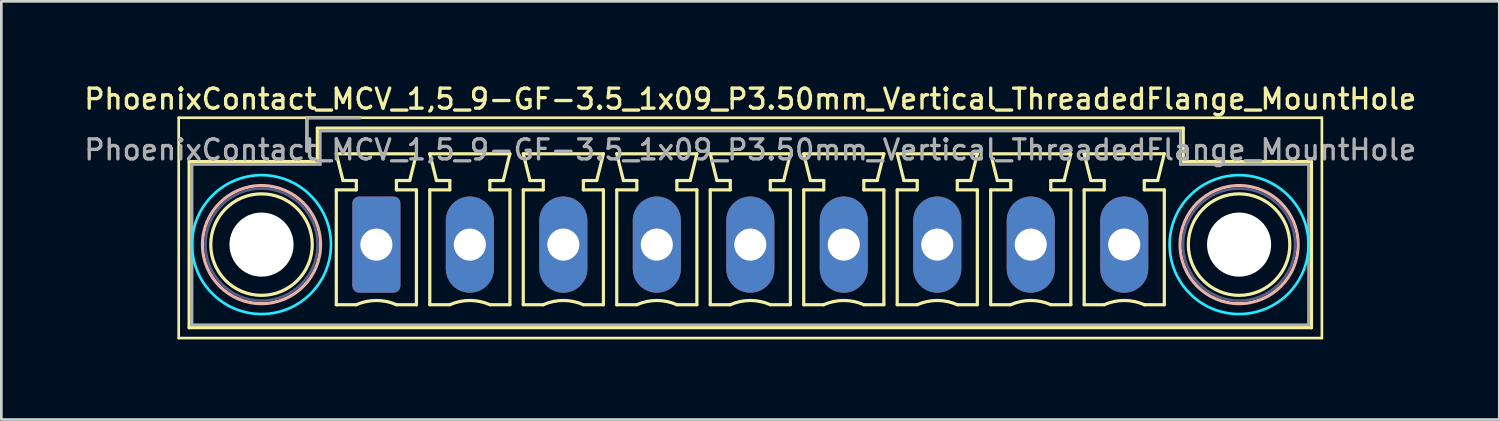
<source format=kicad_pcb>
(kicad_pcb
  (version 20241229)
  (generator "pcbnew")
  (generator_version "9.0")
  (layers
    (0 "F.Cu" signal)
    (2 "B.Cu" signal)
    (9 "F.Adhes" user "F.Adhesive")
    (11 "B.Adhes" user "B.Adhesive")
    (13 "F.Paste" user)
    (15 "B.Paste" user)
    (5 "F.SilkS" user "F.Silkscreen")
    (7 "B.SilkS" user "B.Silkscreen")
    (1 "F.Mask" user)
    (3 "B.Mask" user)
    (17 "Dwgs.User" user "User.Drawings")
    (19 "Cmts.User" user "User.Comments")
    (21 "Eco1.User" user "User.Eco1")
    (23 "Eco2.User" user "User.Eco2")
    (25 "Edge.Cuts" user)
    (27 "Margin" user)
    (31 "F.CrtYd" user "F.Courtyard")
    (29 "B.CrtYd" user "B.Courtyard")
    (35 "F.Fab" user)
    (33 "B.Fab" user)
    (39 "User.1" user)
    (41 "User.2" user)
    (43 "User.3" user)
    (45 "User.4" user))
  (footprint "PhoenixContact_MCV_1,5_9-GF-3.5_1x09_P3.50mm_Vertical_ThreadedFlange_MountHole"
    (layer "F.Cu")
    (at 11.041 6.108)
    (property "Reference" "PhoenixContact_MCV_1,5_9-GF-3.5_1x09_P3.50mm_Vertical_ThreadedFlange_MountHole" (at 14 -5.45 0) (layer "F.SilkS") (effects (font (size 0.75 0.75) (thickness 0.125))))
    (attr through_hole)
    (fp_line (start -7.4 -4.75) (end -7.4 3.5) (stroke (width 0.1) (type solid)) (layer "F.SilkS"))
    (fp_line (start -7.4 3.5) (end 35.4 3.5) (stroke (width 0.1) (type solid)) (layer "F.SilkS"))
    (fp_line (start -7.01 -3.11) (end -7.01 3.11) (stroke (width 0.12) (type solid)) (layer "F.SilkS"))
    (fp_line (start -7.01 3.11) (end 35.01 3.11) (stroke (width 0.12) (type solid)) (layer "F.SilkS"))
    (fp_line (start -2.6 -4.75) (end -0.6 -4.75) (stroke (width 0.12) (type solid)) (layer "F.SilkS"))
    (fp_line (start -2.6 -3.5) (end -2.6 -4.75) (stroke (width 0.12) (type solid)) (layer "F.SilkS"))
    (fp_line (start -2.21 -4.36) (end -2.21 -3.11) (stroke (width 0.12) (type solid)) (layer "F.SilkS"))
    (fp_line (start -2.21 -3.11) (end -7.01 -3.11) (stroke (width 0.12) (type solid)) (layer "F.SilkS"))
    (fp_line (start -1.5 -3.4) (end 1.5 -3.4) (stroke (width 0.12) (type solid)) (layer "F.SilkS"))
    (fp_line (start -1.5 -2.05) (end -0.75 -2.05) (stroke (width 0.12) (type solid)) (layer "F.SilkS"))
    (fp_line (start -1.5 2.25) (end -1.5 -2.05) (stroke (width 0.12) (type solid)) (layer "F.SilkS"))
    (fp_line (start -1.25 -2.4) (end -1.5 -3.4) (stroke (width 0.12) (type solid)) (layer "F.SilkS"))
    (fp_line (start -0.75 -2.4) (end -1.25 -2.4) (stroke (width 0.12) (type solid)) (layer "F.SilkS"))
    (fp_line (start -0.75 -2.05) (end -0.75 -2.4) (stroke (width 0.12) (type solid)) (layer "F.SilkS"))
    (fp_line (start -0.75 2.25) (end -1.5 2.25) (stroke (width 0.12) (type solid)) (layer "F.SilkS"))
    (fp_line (start 0.75 -2.4) (end 0.75 -2.05) (stroke (width 0.12) (type solid)) (layer "F.SilkS"))
    (fp_line (start 0.75 -2.05) (end 1.5 -2.05) (stroke (width 0.12) (type solid)) (layer "F.SilkS"))
    (fp_line (start 1.25 -2.4) (end 0.75 -2.4) (stroke (width 0.12) (type solid)) (layer "F.SilkS"))
    (fp_line (start 1.5 -3.4) (end 1.25 -2.4) (stroke (width 0.12) (type solid)) (layer "F.SilkS"))
    (fp_line (start 1.5 -2.05) (end 1.5 2.25) (stroke (width 0.12) (type solid)) (layer "F.SilkS"))
    (fp_line (start 1.5 2.25) (end 0.75 2.25) (stroke (width 0.12) (type solid)) (layer "F.SilkS"))
    (fp_line (start 2 -3.4) (end 5 -3.4) (stroke (width 0.12) (type solid)) (layer "F.SilkS"))
    (fp_line (start 2 -2.05) (end 2.75 -2.05) (stroke (width 0.12) (type solid)) (layer "F.SilkS"))
    (fp_line (start 2 2.25) (end 2 -2.05) (stroke (width 0.12) (type solid)) (layer "F.SilkS"))
    (fp_line (start 2.25 -2.4) (end 2 -3.4) (stroke (width 0.12) (type solid)) (layer "F.SilkS"))
    (fp_line (start 2.75 -2.4) (end 2.25 -2.4) (stroke (width 0.12) (type solid)) (layer "F.SilkS"))
    (fp_line (start 2.75 -2.05) (end 2.75 -2.4) (stroke (width 0.12) (type solid)) (layer "F.SilkS"))
    (fp_line (start 2.75 2.25) (end 2 2.25) (stroke (width 0.12) (type solid)) (layer "F.SilkS"))
    (fp_line (start 4.25 -2.4) (end 4.25 -2.05) (stroke (width 0.12) (type solid)) (layer "F.SilkS"))
    (fp_line (start 4.25 -2.05) (end 5 -2.05) (stroke (width 0.12) (type solid)) (layer "F.SilkS"))
    (fp_line (start 4.75 -2.4) (end 4.25 -2.4) (stroke (width 0.12) (type solid)) (layer "F.SilkS"))
    (fp_line (start 5 -3.4) (end 4.75 -2.4) (stroke (width 0.12) (type solid)) (layer "F.SilkS"))
    (fp_line (start 5 -2.05) (end 5 2.25) (stroke (width 0.12) (type solid)) (layer "F.SilkS"))
    (fp_line (start 5 2.25) (end 4.25 2.25) (stroke (width 0.12) (type solid)) (layer "F.SilkS"))
    (fp_line (start 5.5 -3.4) (end 8.5 -3.4) (stroke (width 0.12) (type solid)) (layer "F.SilkS"))
    (fp_line (start 5.5 -2.05) (end 6.25 -2.05) (stroke (width 0.12) (type solid)) (layer "F.SilkS"))
    (fp_line (start 5.5 2.25) (end 5.5 -2.05) (stroke (width 0.12) (type solid)) (layer "F.SilkS"))
    (fp_line (start 5.75 -2.4) (end 5.5 -3.4) (stroke (width 0.12) (type solid)) (layer "F.SilkS"))
    (fp_line (start 6.25 -2.4) (end 5.75 -2.4) (stroke (width 0.12) (type solid)) (layer "F.SilkS"))
    (fp_line (start 6.25 -2.05) (end 6.25 -2.4) (stroke (width 0.12) (type solid)) (layer "F.SilkS"))
    (fp_line (start 6.25 2.25) (end 5.5 2.25) (stroke (width 0.12) (type solid)) (layer "F.SilkS"))
    (fp_line (start 7.75 -2.4) (end 7.75 -2.05) (stroke (width 0.12) (type solid)) (layer "F.SilkS"))
    (fp_line (start 7.75 -2.05) (end 8.5 -2.05) (stroke (width 0.12) (type solid)) (layer "F.SilkS"))
    (fp_line (start 8.25 -2.4) (end 7.75 -2.4) (stroke (width 0.12) (type solid)) (layer "F.SilkS"))
    (fp_line (start 8.5 -3.4) (end 8.25 -2.4) (stroke (width 0.12) (type solid)) (layer "F.SilkS"))
    (fp_line (start 8.5 -2.05) (end 8.5 2.25) (stroke (width 0.12) (type solid)) (layer "F.SilkS"))
    (fp_line (start 8.5 2.25) (end 7.75 2.25) (stroke (width 0.12) (type solid)) (layer "F.SilkS"))
    (fp_line (start 9 -3.4) (end 12 -3.4) (stroke (width 0.12) (type solid)) (layer "F.SilkS"))
    (fp_line (start 9 -2.05) (end 9.75 -2.05) (stroke (width 0.12) (type solid)) (layer "F.SilkS"))
    (fp_line (start 9 2.25) (end 9 -2.05) (stroke (width 0.12) (type solid)) (layer "F.SilkS"))
    (fp_line (start 9.25 -2.4) (end 9 -3.4) (stroke (width 0.12) (type solid)) (layer "F.SilkS"))
    (fp_line (start 9.75 -2.4) (end 9.25 -2.4) (stroke (width 0.12) (type solid)) (layer "F.SilkS"))
    (fp_line (start 9.75 -2.05) (end 9.75 -2.4) (stroke (width 0.12) (type solid)) (layer "F.SilkS"))
    (fp_line (start 9.75 2.25) (end 9 2.25) (stroke (width 0.12) (type solid)) (layer "F.SilkS"))
    (fp_line (start 11.25 -2.4) (end 11.25 -2.05) (stroke (width 0.12) (type solid)) (layer "F.SilkS"))
    (fp_line (start 11.25 -2.05) (end 12 -2.05) (stroke (width 0.12) (type solid)) (layer "F.SilkS"))
    (fp_line (start 11.75 -2.4) (end 11.25 -2.4) (stroke (width 0.12) (type solid)) (layer "F.SilkS"))
    (fp_line (start 12 -3.4) (end 11.75 -2.4) (stroke (width 0.12) (type solid)) (layer "F.SilkS"))
    (fp_line (start 12 -2.05) (end 12 2.25) (stroke (width 0.12) (type solid)) (layer "F.SilkS"))
    (fp_line (start 12 2.25) (end 11.25 2.25) (stroke (width 0.12) (type solid)) (layer "F.SilkS"))
    (fp_line (start 12.5 -3.4) (end 15.5 -3.4) (stroke (width 0.12) (type solid)) (layer "F.SilkS"))
    (fp_line (start 12.5 -2.05) (end 13.25 -2.05) (stroke (width 0.12) (type solid)) (layer "F.SilkS"))
    (fp_line (start 12.5 2.25) (end 12.5 -2.05) (stroke (width 0.12) (type solid)) (layer "F.SilkS"))
    (fp_line (start 12.75 -2.4) (end 12.5 -3.4) (stroke (width 0.12) (type solid)) (layer "F.SilkS"))
    (fp_line (start 13.25 -2.4) (end 12.75 -2.4) (stroke (width 0.12) (type solid)) (layer "F.SilkS"))
    (fp_line (start 13.25 -2.05) (end 13.25 -2.4) (stroke (width 0.12) (type solid)) (layer "F.SilkS"))
    (fp_line (start 13.25 2.25) (end 12.5 2.25) (stroke (width 0.12) (type solid)) (layer "F.SilkS"))
    (fp_line (start 14.75 -2.4) (end 14.75 -2.05) (stroke (width 0.12) (type solid)) (layer "F.SilkS"))
    (fp_line (start 14.75 -2.05) (end 15.5 -2.05) (stroke (width 0.12) (type solid)) (layer "F.SilkS"))
    (fp_line (start 15.25 -2.4) (end 14.75 -2.4) (stroke (width 0.12) (type solid)) (layer "F.SilkS"))
    (fp_line (start 15.5 -3.4) (end 15.25 -2.4) (stroke (width 0.12) (type solid)) (layer "F.SilkS"))
    (fp_line (start 15.5 -2.05) (end 15.5 2.25) (stroke (width 0.12) (type solid)) (layer "F.SilkS"))
    (fp_line (start 15.5 2.25) (end 14.75 2.25) (stroke (width 0.12) (type solid)) (layer "F.SilkS"))
    (fp_line (start 16 -3.4) (end 19 -3.4) (stroke (width 0.12) (type solid)) (layer "F.SilkS"))
    (fp_line (start 16 -2.05) (end 16.75 -2.05) (stroke (width 0.12) (type solid)) (layer "F.SilkS"))
    (fp_line (start 16 2.25) (end 16 -2.05) (stroke (width 0.12) (type solid)) (layer "F.SilkS"))
    (fp_line (start 16.25 -2.4) (end 16 -3.4) (stroke (width 0.12) (type solid)) (layer "F.SilkS"))
    (fp_line (start 16.75 -2.4) (end 16.25 -2.4) (stroke (width 0.12) (type solid)) (layer "F.SilkS"))
    (fp_line (start 16.75 -2.05) (end 16.75 -2.4) (stroke (width 0.12) (type solid)) (layer "F.SilkS"))
    (fp_line (start 16.75 2.25) (end 16 2.25) (stroke (width 0.12) (type solid)) (layer "F.SilkS"))
    (fp_line (start 18.25 -2.4) (end 18.25 -2.05) (stroke (width 0.12) (type solid)) (layer "F.SilkS"))
    (fp_line (start 18.25 -2.05) (end 19 -2.05) (stroke (width 0.12) (type solid)) (layer "F.SilkS"))
    (fp_line (start 18.75 -2.4) (end 18.25 -2.4) (stroke (width 0.12) (type solid)) (layer "F.SilkS"))
    (fp_line (start 19 -3.4) (end 18.75 -2.4) (stroke (width 0.12) (type solid)) (layer "F.SilkS"))
    (fp_line (start 19 -2.05) (end 19 2.25) (stroke (width 0.12) (type solid)) (layer "F.SilkS"))
    (fp_line (start 19 2.25) (end 18.25 2.25) (stroke (width 0.12) (type solid)) (layer "F.SilkS"))
    (fp_line (start 19.5 -3.4) (end 22.5 -3.4) (stroke (width 0.12) (type solid)) (layer "F.SilkS"))
    (fp_line (start 19.5 -2.05) (end 20.25 -2.05) (stroke (width 0.12) (type solid)) (layer "F.SilkS"))
    (fp_line (start 19.5 2.25) (end 19.5 -2.05) (stroke (width 0.12) (type solid)) (layer "F.SilkS"))
    (fp_line (start 19.75 -2.4) (end 19.5 -3.4) (stroke (width 0.12) (type solid)) (layer "F.SilkS"))
    (fp_line (start 20.25 -2.4) (end 19.75 -2.4) (stroke (width 0.12) (type solid)) (layer "F.SilkS"))
    (fp_line (start 20.25 -2.05) (end 20.25 -2.4) (stroke (width 0.12) (type solid)) (layer "F.SilkS"))
    (fp_line (start 20.25 2.25) (end 19.5 2.25) (stroke (width 0.12) (type solid)) (layer "F.SilkS"))
    (fp_line (start 21.75 -2.4) (end 21.75 -2.05) (stroke (width 0.12) (type solid)) (layer "F.SilkS"))
    (fp_line (start 21.75 -2.05) (end 22.5 -2.05) (stroke (width 0.12) (type solid)) (layer "F.SilkS"))
    (fp_line (start 22.25 -2.4) (end 21.75 -2.4) (stroke (width 0.12) (type solid)) (layer "F.SilkS"))
    (fp_line (start 22.5 -3.4) (end 22.25 -2.4) (stroke (width 0.12) (type solid)) (layer "F.SilkS"))
    (fp_line (start 22.5 -2.05) (end 22.5 2.25) (stroke (width 0.12) (type solid)) (layer "F.SilkS"))
    (fp_line (start 22.5 2.25) (end 21.75 2.25) (stroke (width 0.12) (type solid)) (layer "F.SilkS"))
    (fp_line (start 23 -3.4) (end 26 -3.4) (stroke (width 0.12) (type solid)) (layer "F.SilkS"))
    (fp_line (start 23 -2.05) (end 23.75 -2.05) (stroke (width 0.12) (type solid)) (layer "F.SilkS"))
    (fp_line (start 23 2.25) (end 23 -2.05) (stroke (width 0.12) (type solid)) (layer "F.SilkS"))
    (fp_line (start 23.25 -2.4) (end 23 -3.4) (stroke (width 0.12) (type solid)) (layer "F.SilkS"))
    (fp_line (start 23.75 -2.4) (end 23.25 -2.4) (stroke (width 0.12) (type solid)) (layer "F.SilkS"))
    (fp_line (start 23.75 -2.05) (end 23.75 -2.4) (stroke (width 0.12) (type solid)) (layer "F.SilkS"))
    (fp_line (start 23.75 2.25) (end 23 2.25) (stroke (width 0.12) (type solid)) (layer "F.SilkS"))
    (fp_line (start 25.25 -2.4) (end 25.25 -2.05) (stroke (width 0.12) (type solid)) (layer "F.SilkS"))
    (fp_line (start 25.25 -2.05) (end 26 -2.05) (stroke (width 0.12) (type solid)) (layer "F.SilkS"))
    (fp_line (start 25.75 -2.4) (end 25.25 -2.4) (stroke (width 0.12) (type solid)) (layer "F.SilkS"))
    (fp_line (start 26 -3.4) (end 25.75 -2.4) (stroke (width 0.12) (type solid)) (layer "F.SilkS"))
    (fp_line (start 26 -2.05) (end 26 2.25) (stroke (width 0.12) (type solid)) (layer "F.SilkS"))
    (fp_line (start 26 2.25) (end 25.25 2.25) (stroke (width 0.12) (type solid)) (layer "F.SilkS"))
    (fp_line (start 26.5 -3.4) (end 29.5 -3.4) (stroke (width 0.12) (type solid)) (layer "F.SilkS"))
    (fp_line (start 26.5 -2.05) (end 27.25 -2.05) (stroke (width 0.12) (type solid)) (layer "F.SilkS"))
    (fp_line (start 26.5 2.25) (end 26.5 -2.05) (stroke (width 0.12) (type solid)) (layer "F.SilkS"))
    (fp_line (start 26.75 -2.4) (end 26.5 -3.4) (stroke (width 0.12) (type solid)) (layer "F.SilkS"))
    (fp_line (start 27.25 -2.4) (end 26.75 -2.4) (stroke (width 0.12) (type solid)) (layer "F.SilkS"))
    (fp_line (start 27.25 -2.05) (end 27.25 -2.4) (stroke (width 0.12) (type solid)) (layer "F.SilkS"))
    (fp_line (start 27.25 2.25) (end 26.5 2.25) (stroke (width 0.12) (type solid)) (layer "F.SilkS"))
    (fp_line (start 28.75 -2.4) (end 28.75 -2.05) (stroke (width 0.12) (type solid)) (layer "F.SilkS"))
    (fp_line (start 28.75 -2.05) (end 29.5 -2.05) (stroke (width 0.12) (type solid)) (layer "F.SilkS"))
    (fp_line (start 29.25 -2.4) (end 28.75 -2.4) (stroke (width 0.12) (type solid)) (layer "F.SilkS"))
    (fp_line (start 29.5 -3.4) (end 29.25 -2.4) (stroke (width 0.12) (type solid)) (layer "F.SilkS"))
    (fp_line (start 29.5 -2.05) (end 29.5 2.25) (stroke (width 0.12) (type solid)) (layer "F.SilkS"))
    (fp_line (start 29.5 2.25) (end 28.75 2.25) (stroke (width 0.12) (type solid)) (layer "F.SilkS"))
    (fp_line (start 30.21 -4.36) (end -2.21 -4.36) (stroke (width 0.12) (type solid)) (layer "F.SilkS"))
    (fp_line (start 30.21 -3.11) (end 30.21 -4.36) (stroke (width 0.12) (type solid)) (layer "F.SilkS"))
    (fp_line (start 35.01 -3.11) (end 30.21 -3.11) (stroke (width 0.12) (type solid)) (layer "F.SilkS"))
    (fp_line (start 35.01 3.11) (end 35.01 -3.11) (stroke (width 0.12) (type solid)) (layer "F.SilkS"))
    (fp_line (start 35.4 -4.75) (end -7.4 -4.75) (stroke (width 0.1) (type solid)) (layer "F.SilkS"))
    (fp_line (start 35.4 3.5) (end 35.4 -4.75) (stroke (width 0.1) (type solid)) (layer "F.SilkS"))
    (fp_arc (start -0.75 2.25) (mid -0.000193 2.09191) (end 0.749647 2.249844) (stroke (width 0.12) (type solid)) (layer "F.SilkS"))
    (fp_arc (start 2.75 2.25) (mid 3.499807 2.09191) (end 4.249647 2.249844) (stroke (width 0.12) (type solid)) (layer "F.SilkS"))
    (fp_arc (start 6.25 2.25) (mid 6.999807 2.09191) (end 7.749647 2.249844) (stroke (width 0.12) (type solid)) (layer "F.SilkS"))
    (fp_arc (start 9.75 2.25) (mid 10.499807 2.09191) (end 11.249647 2.249844) (stroke (width 0.12) (type solid)) (layer "F.SilkS"))
    (fp_arc (start 13.25 2.25) (mid 13.999807 2.09191) (end 14.749647 2.249844) (stroke (width 0.12) (type solid)) (layer "F.SilkS"))
    (fp_arc (start 16.75 2.25) (mid 17.499807 2.09191) (end 18.249647 2.249844) (stroke (width 0.12) (type solid)) (layer "F.SilkS"))
    (fp_arc (start 20.25 2.25) (mid 20.999807 2.09191) (end 21.749647 2.249844) (stroke (width 0.12) (type solid)) (layer "F.SilkS"))
    (fp_arc (start 23.75 2.25) (mid 24.499807 2.09191) (end 25.249647 2.249844) (stroke (width 0.12) (type solid)) (layer "F.SilkS"))
    (fp_arc (start 27.25 2.25) (mid 27.999807 2.09191) (end 28.749647 2.249844) (stroke (width 0.12) (type solid)) (layer "F.SilkS"))
    (fp_circle (center -4.3 0) (end -2.4 0) (stroke (width 0.12) (type solid)) (fill no) (layer "F.SilkS"))
    (fp_circle (center 32.3 0) (end 34.2 0) (stroke (width 0.12) (type solid)) (fill no) (layer "F.SilkS"))
    (fp_circle (center -4.3 0) (end -2.09 0) (stroke (width 0.12) (type solid)) (fill no) (layer "B.SilkS"))
    (fp_circle (center 32.3 0) (end 34.51 0) (stroke (width 0.12) (type solid)) (fill no) (layer "B.SilkS"))
    (fp_circle (center -4.3 0) (end -1.7 0) (stroke (width 0.1) (type solid)) (fill no) (layer "B.CrtYd"))
    (fp_circle (center 32.3 0) (end 34.9 0) (stroke (width 0.1) (type solid)) (fill no) (layer "B.CrtYd"))
    (fp_circle (center -4.3 0) (end -2.2 0) (stroke (width 0.1) (type solid)) (fill no) (layer "B.Fab"))
    (fp_circle (center 32.3 0) (end 34.4 0) (stroke (width 0.1) (type solid)) (fill no) (layer "B.Fab"))
    (fp_line (start -6.9 -3) (end -6.9 3) (stroke (width 0.1) (type solid)) (layer "F.Fab"))
    (fp_line (start -6.9 3) (end 34.9 3) (stroke (width 0.1) (type solid)) (layer "F.Fab"))
    (fp_line (start -2.6 -4.75) (end -0.6 -4.75) (stroke (width 0.1) (type solid)) (layer "F.Fab"))
    (fp_line (start -2.6 -3.5) (end -2.6 -4.75) (stroke (width 0.1) (type solid)) (layer "F.Fab"))
    (fp_line (start -2.1 -4.25) (end -2.1 -3) (stroke (width 0.1) (type solid)) (layer "F.Fab"))
    (fp_line (start -2.1 -3) (end -6.9 -3) (stroke (width 0.1) (type solid)) (layer "F.Fab"))
    (fp_line (start 30.1 -4.25) (end -2.1 -4.25) (stroke (width 0.1) (type solid)) (layer "F.Fab"))
    (fp_line (start 30.1 -3) (end 30.1 -4.25) (stroke (width 0.1) (type solid)) (layer "F.Fab"))
    (fp_line (start 34.9 -3) (end 30.1 -3) (stroke (width 0.1) (type solid)) (layer "F.Fab"))
    (fp_line (start 34.9 3) (end 34.9 -3) (stroke (width 0.1) (type solid)) (layer "F.Fab"))
    (fp_text user "${REFERENCE}" (at 14 -3.55 0) (layer "F.Fab") (effects (font (size 0.75 0.75) (thickness 0.125))))
    (pad "" np_thru_hole circle (at -4.3 0) (size 2.4 2.4) (drill 2.4) (layers "*.Cu" "*.Mask"))
    (pad "" np_thru_hole circle (at 32.3 0) (size 2.4 2.4) (drill 2.4) (layers "*.Cu" "*.Mask"))
    (pad "1" thru_hole roundrect (at 0 0) (size 1.8 3.6) (drill 1.2) (layers "*.Cu" "*.Mask") (roundrect_rratio 0.139))
    (pad "2" thru_hole oval (at 3.5 0) (size 1.8 3.6) (drill 1.2) (layers "*.Cu" "*.Mask"))
    (pad "3" thru_hole oval (at 7 0) (size 1.8 3.6) (drill 1.2) (layers "*.Cu" "*.Mask"))
    (pad "4" thru_hole oval (at 10.5 0) (size 1.8 3.6) (drill 1.2) (layers "*.Cu" "*.Mask"))
    (pad "5" thru_hole oval (at 14 0) (size 1.8 3.6) (drill 1.2) (layers "*.Cu" "*.Mask"))
    (pad "6" thru_hole oval (at 17.5 0) (size 1.8 3.6) (drill 1.2) (layers "*.Cu" "*.Mask"))
    (pad "7" thru_hole oval (at 21 0) (size 1.8 3.6) (drill 1.2) (layers "*.Cu" "*.Mask"))
    (pad "8" thru_hole oval (at 24.5 0) (size 1.8 3.6) (drill 1.2) (layers "*.Cu" "*.Mask"))
    (pad "9" thru_hole oval (at 28 0) (size 1.8 3.6) (drill 1.2) (layers "*.Cu" "*.Mask")))
  (gr_rect
    (start -3 -3)
    (end 53.082 12.658)
    (stroke (width 0.1) (type default))
    (fill no)
    (layer "Edge.Cuts")))
</source>
